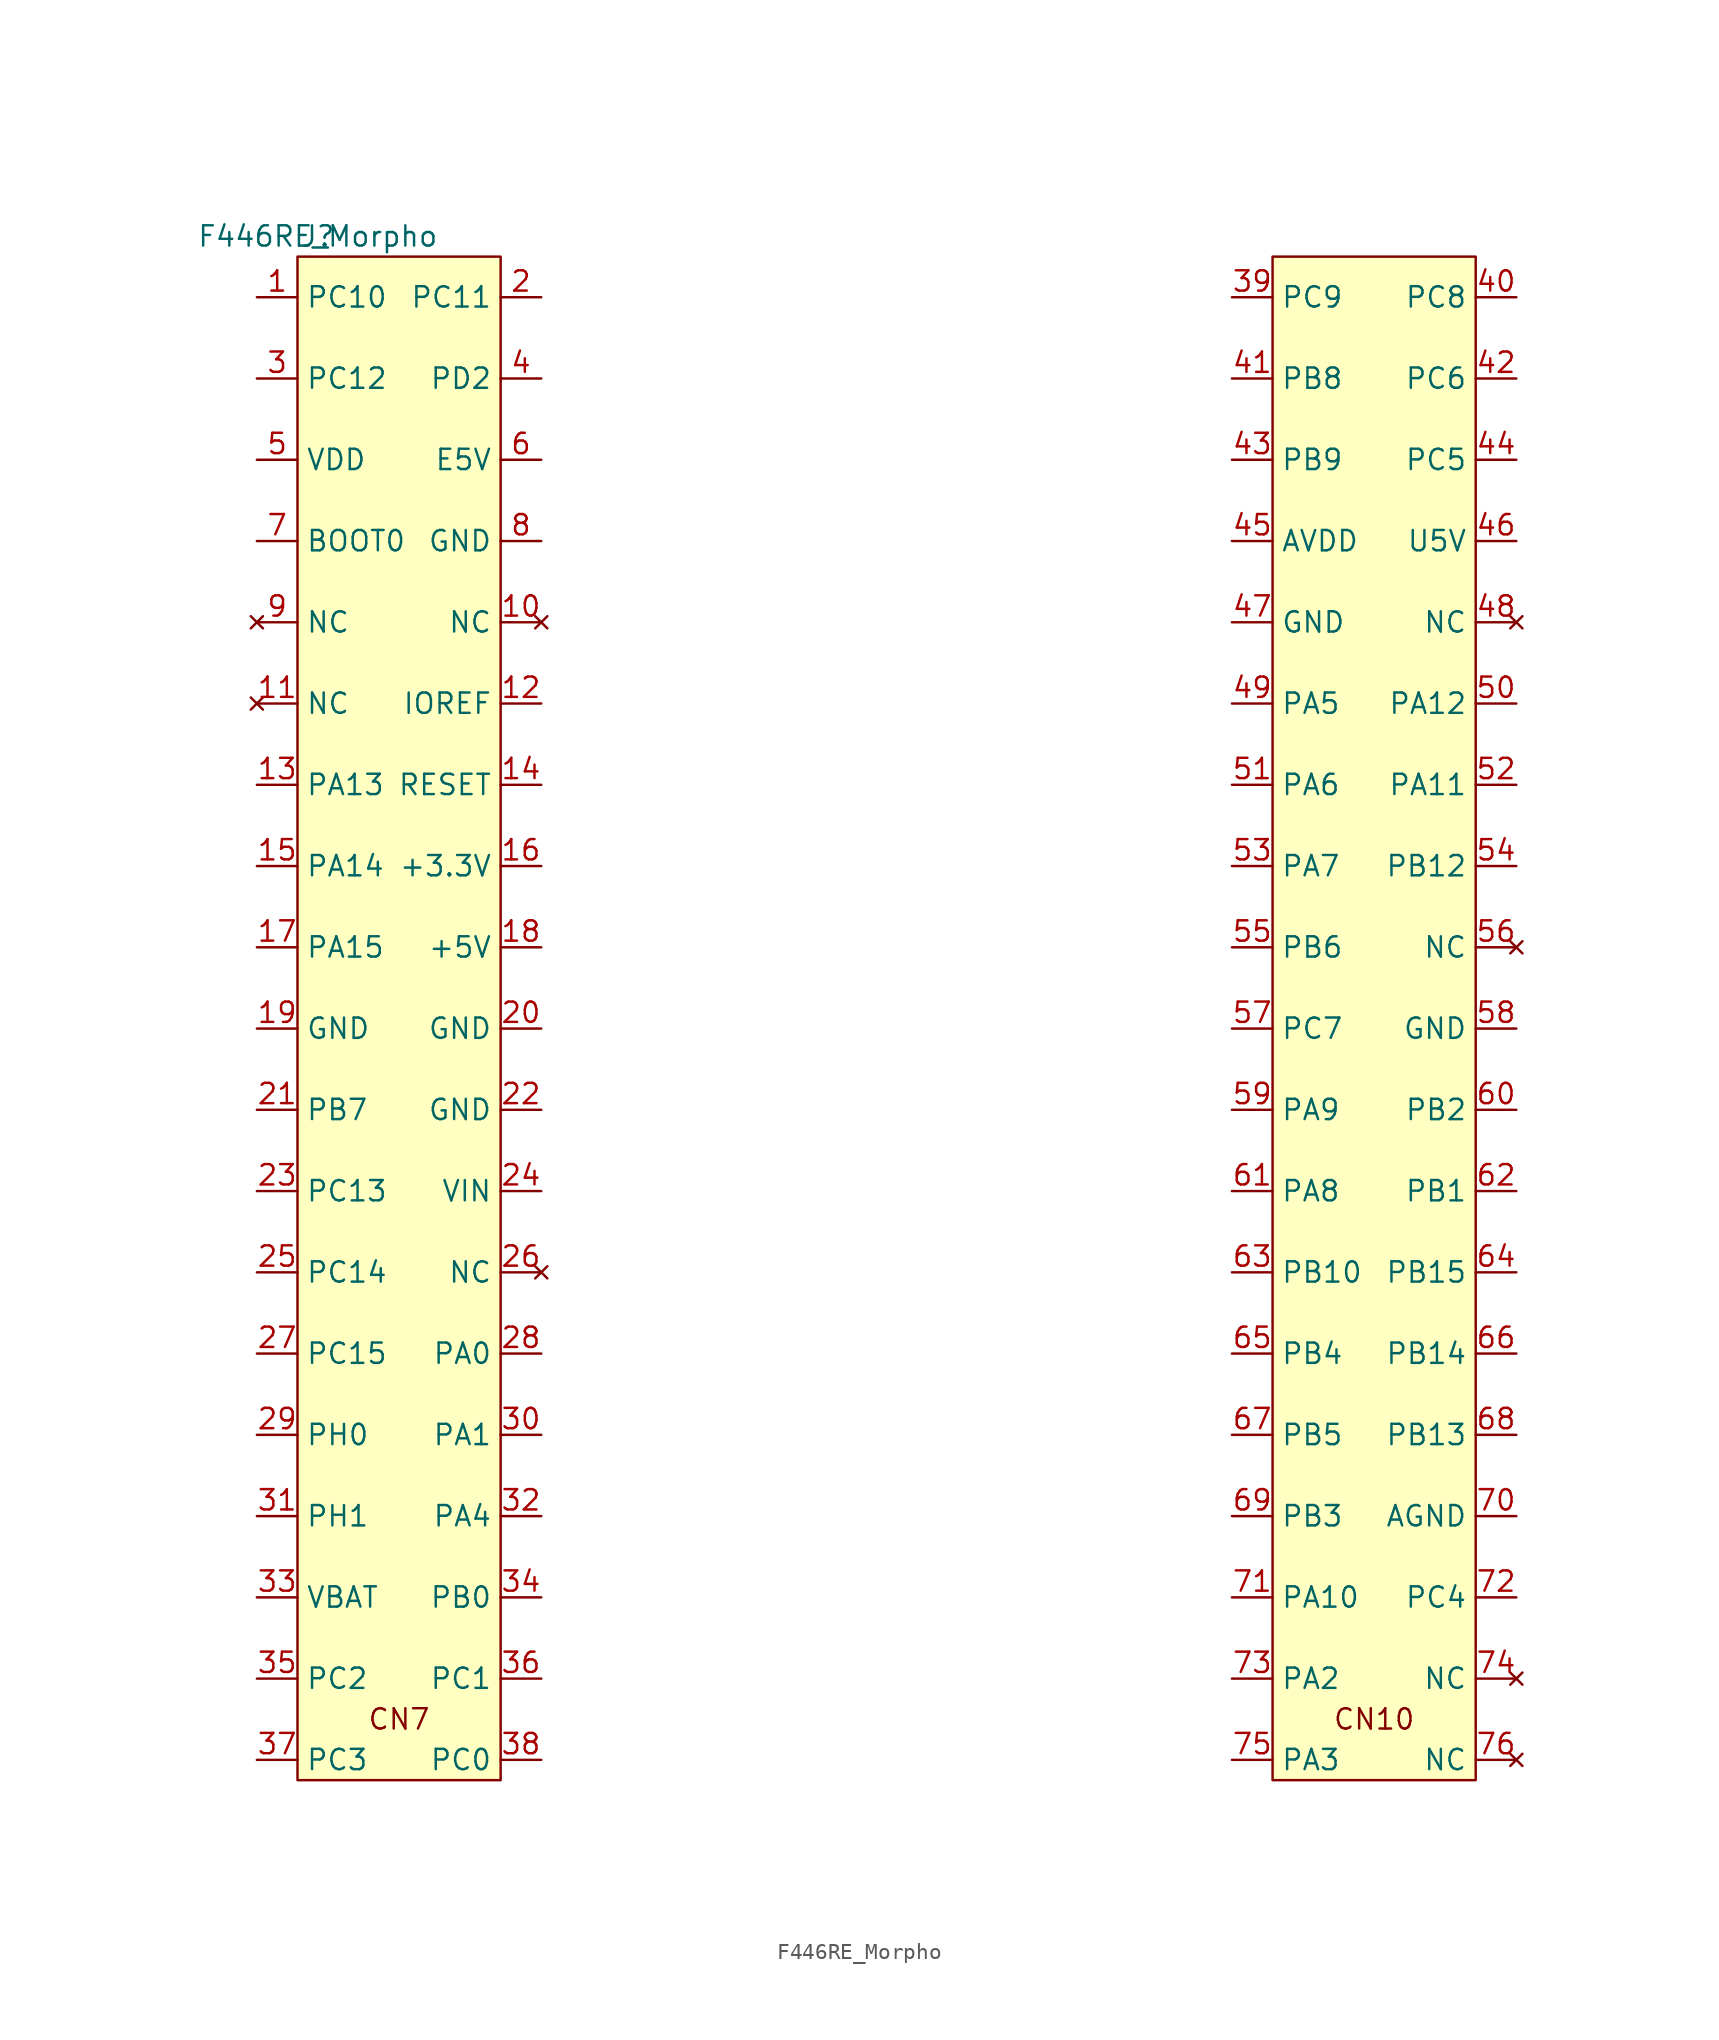
<source format=kicad_sym>
(kicad_symbol_lib
  (version 20231120)
  (generator "kicad_symbol_editor")
  (generator_version "8.0")
  (symbol "F446RE_Morpho"
    (property "Reference" "J"
      (at 0 0 0)
      (effects (font (size 1.27 1.27))))
    (property "Value" "F446RE_Morpho"
      (at 0 0 0)
      (effects (font (size 1.27 1.27))))
    (symbol "F446RE_Morpho_0_0"
      (text "CN10" (at 66.04 -92.71 0) (effects (font (size 1.27 1.27))))
      (text "CN7" (at 5.08 -92.71 0) (effects (font (size 1.27 1.27))))
      (pin no_connect line (at 13.97 -24.13 180) (length 2.54) (name "NC" (effects (font (size 1.27 1.27)))) (number "10" (effects (font (size 1.27 1.27)))))
      (pin no_connect line (at -3.81 -29.21 0) (length 2.54) (name "NC" (effects (font (size 1.27 1.27)))) (number "11" (effects (font (size 1.27 1.27)))))
      (pin input line (at 13.97 -29.21 180) (length 2.54) (name "IOREF" (effects (font (size 1.27 1.27)))) (number "12" (effects (font (size 1.27 1.27)))))
      (pin input line (at -3.81 -34.29 0) (length 2.54) (name "PA13" (effects (font (size 1.27 1.27)))) (number "13" (effects (font (size 1.27 1.27)))))
      (pin input line (at 13.97 -34.29 180) (length 2.54) (name "RESET" (effects (font (size 1.27 1.27)))) (number "14" (effects (font (size 1.27 1.27)))))
      (pin input line (at -3.81 -39.37 0) (length 2.54) (name "PA14" (effects (font (size 1.27 1.27)))) (number "15" (effects (font (size 1.27 1.27)))))
      (pin input line (at 13.97 -39.37 180) (length 2.54) (name "+3.3V" (effects (font (size 1.27 1.27)))) (number "16" (effects (font (size 1.27 1.27)))))
      (pin input line (at -3.81 -44.45 0) (length 2.54) (name "PA15" (effects (font (size 1.27 1.27)))) (number "17" (effects (font (size 1.27 1.27)))))
      (pin input line (at 13.97 -44.45 180) (length 2.54) (name "+5V" (effects (font (size 1.27 1.27)))) (number "18" (effects (font (size 1.27 1.27)))))
      (pin input line (at -3.81 -49.53 0) (length 2.54) (name "GND" (effects (font (size 1.27 1.27)))) (number "19" (effects (font (size 1.27 1.27)))))
      (pin input line (at 13.97 -3.81 180) (length 2.54) (name "PC11" (effects (font (size 1.27 1.27)))) (number "2" (effects (font (size 1.27 1.27)))))
      (pin input line (at 13.97 -49.53 180) (length 2.54) (name "GND" (effects (font (size 1.27 1.27)))) (number "20" (effects (font (size 1.27 1.27)))))
      (pin input line (at -3.81 -54.61 0) (length 2.54) (name "PB7" (effects (font (size 1.27 1.27)))) (number "21" (effects (font (size 1.27 1.27)))))
      (pin input line (at 13.97 -54.61 180) (length 2.54) (name "GND" (effects (font (size 1.27 1.27)))) (number "22" (effects (font (size 1.27 1.27)))))
      (pin input line (at -3.81 -59.69 0) (length 2.54) (name "PC13" (effects (font (size 1.27 1.27)))) (number "23" (effects (font (size 1.27 1.27)))))
      (pin input line (at 13.97 -59.69 180) (length 2.54) (name "VIN" (effects (font (size 1.27 1.27)))) (number "24" (effects (font (size 1.27 1.27)))))
      (pin input line (at -3.81 -64.77 0) (length 2.54) (name "PC14" (effects (font (size 1.27 1.27)))) (number "25" (effects (font (size 1.27 1.27)))))
      (pin no_connect line (at 13.97 -64.77 180) (length 2.54) (name "NC" (effects (font (size 1.27 1.27)))) (number "26" (effects (font (size 1.27 1.27)))))
      (pin input line (at -3.81 -69.85 0) (length 2.54) (name "PC15" (effects (font (size 1.27 1.27)))) (number "27" (effects (font (size 1.27 1.27)))))
      (pin input line (at 13.97 -69.85 180) (length 2.54) (name "PA0" (effects (font (size 1.27 1.27)))) (number "28" (effects (font (size 1.27 1.27)))))
      (pin input line (at -3.81 -74.93 0) (length 2.54) (name "PH0" (effects (font (size 1.27 1.27)))) (number "29" (effects (font (size 1.27 1.27)))))
      (pin input line (at -3.81 -8.89 0) (length 2.54) (name "PC12" (effects (font (size 1.27 1.27)))) (number "3" (effects (font (size 1.27 1.27)))))
      (pin input line (at 13.97 -74.93 180) (length 2.54) (name "PA1" (effects (font (size 1.27 1.27)))) (number "30" (effects (font (size 1.27 1.27)))))
      (pin input line (at -3.81 -80.01 0) (length 2.54) (name "PH1" (effects (font (size 1.27 1.27)))) (number "31" (effects (font (size 1.27 1.27)))))
      (pin input line (at 13.97 -80.01 180) (length 2.54) (name "PA4" (effects (font (size 1.27 1.27)))) (number "32" (effects (font (size 1.27 1.27)))))
      (pin input line (at -3.81 -85.09 0) (length 2.54) (name "VBAT" (effects (font (size 1.27 1.27)))) (number "33" (effects (font (size 1.27 1.27)))))
      (pin input line (at 13.97 -85.09 180) (length 2.54) (name "PB0" (effects (font (size 1.27 1.27)))) (number "34" (effects (font (size 1.27 1.27)))))
      (pin input line (at -3.81 -90.17 0) (length 2.54) (name "PC2" (effects (font (size 1.27 1.27)))) (number "35" (effects (font (size 1.27 1.27)))))
      (pin input line (at 13.97 -90.17 180) (length 2.54) (name "PC1" (effects (font (size 1.27 1.27)))) (number "36" (effects (font (size 1.27 1.27)))))
      (pin input line (at -3.81 -95.25 0) (length 2.54) (name "PC3" (effects (font (size 1.27 1.27)))) (number "37" (effects (font (size 1.27 1.27)))))
      (pin input line (at 13.97 -95.25 180) (length 2.54) (name "PC0" (effects (font (size 1.27 1.27)))) (number "38" (effects (font (size 1.27 1.27)))))
      (pin input line (at 13.97 -8.89 180) (length 2.54) (name "PD2" (effects (font (size 1.27 1.27)))) (number "4" (effects (font (size 1.27 1.27)))))
      (pin input line (at 74.93 -3.81 180) (length 2.54) (name "PC8" (effects (font (size 1.27 1.27)))) (number "40" (effects (font (size 1.27 1.27)))))
      (pin input line (at 57.15 -8.89 0) (length 2.54) (name "PB8" (effects (font (size 1.27 1.27)))) (number "41" (effects (font (size 1.27 1.27)))))
      (pin input line (at 74.93 -8.89 180) (length 2.54) (name "PC6" (effects (font (size 1.27 1.27)))) (number "42" (effects (font (size 1.27 1.27)))))
      (pin input line (at 57.15 -13.97 0) (length 2.54) (name "PB9" (effects (font (size 1.27 1.27)))) (number "43" (effects (font (size 1.27 1.27)))))
      (pin input line (at 74.93 -13.97 180) (length 2.54) (name "PC5" (effects (font (size 1.27 1.27)))) (number "44" (effects (font (size 1.27 1.27)))))
      (pin input line (at 57.15 -19.05 0) (length 2.54) (name "AVDD" (effects (font (size 1.27 1.27)))) (number "45" (effects (font (size 1.27 1.27)))))
      (pin input line (at 74.93 -19.05 180) (length 2.54) (name "U5V" (effects (font (size 1.27 1.27)))) (number "46" (effects (font (size 1.27 1.27)))))
      (pin input line (at 57.15 -24.13 0) (length 2.54) (name "GND" (effects (font (size 1.27 1.27)))) (number "47" (effects (font (size 1.27 1.27)))))
      (pin no_connect line (at 74.93 -24.13 180) (length 2.54) (name "NC" (effects (font (size 1.27 1.27)))) (number "48" (effects (font (size 1.27 1.27)))))
      (pin input line (at 57.15 -29.21 0) (length 2.54) (name "PA5" (effects (font (size 1.27 1.27)))) (number "49" (effects (font (size 1.27 1.27)))))
      (pin input line (at -3.81 -13.97 0) (length 2.54) (name "VDD" (effects (font (size 1.27 1.27)))) (number "5" (effects (font (size 1.27 1.27)))))
      (pin input line (at 74.93 -29.21 180) (length 2.54) (name "PA12" (effects (font (size 1.27 1.27)))) (number "50" (effects (font (size 1.27 1.27)))))
      (pin input line (at 57.15 -34.29 0) (length 2.54) (name "PA6" (effects (font (size 1.27 1.27)))) (number "51" (effects (font (size 1.27 1.27)))))
      (pin input line (at 74.93 -34.29 180) (length 2.54) (name "PA11" (effects (font (size 1.27 1.27)))) (number "52" (effects (font (size 1.27 1.27)))))
      (pin input line (at 57.15 -39.37 0) (length 2.54) (name "PA7" (effects (font (size 1.27 1.27)))) (number "53" (effects (font (size 1.27 1.27)))))
      (pin input line (at 74.93 -39.37 180) (length 2.54) (name "PB12" (effects (font (size 1.27 1.27)))) (number "54" (effects (font (size 1.27 1.27)))))
      (pin input line (at 57.15 -44.45 0) (length 2.54) (name "PB6" (effects (font (size 1.27 1.27)))) (number "55" (effects (font (size 1.27 1.27)))))
      (pin no_connect line (at 74.93 -44.45 180) (length 2.54) (name "NC" (effects (font (size 1.27 1.27)))) (number "56" (effects (font (size 1.27 1.27)))))
      (pin input line (at 57.15 -49.53 0) (length 2.54) (name "PC7" (effects (font (size 1.27 1.27)))) (number "57" (effects (font (size 1.27 1.27)))))
      (pin input line (at 74.93 -49.53 180) (length 2.54) (name "GND" (effects (font (size 1.27 1.27)))) (number "58" (effects (font (size 1.27 1.27)))))
      (pin input line (at 57.15 -54.61 0) (length 2.54) (name "PA9" (effects (font (size 1.27 1.27)))) (number "59" (effects (font (size 1.27 1.27)))))
      (pin input line (at 13.97 -13.97 180) (length 2.54) (name "E5V" (effects (font (size 1.27 1.27)))) (number "6" (effects (font (size 1.27 1.27)))))
      (pin input line (at 74.93 -54.61 180) (length 2.54) (name "PB2" (effects (font (size 1.27 1.27)))) (number "60" (effects (font (size 1.27 1.27)))))
      (pin input line (at 57.15 -59.69 0) (length 2.54) (name "PA8" (effects (font (size 1.27 1.27)))) (number "61" (effects (font (size 1.27 1.27)))))
      (pin input line (at 74.93 -59.69 180) (length 2.54) (name "PB1" (effects (font (size 1.27 1.27)))) (number "62" (effects (font (size 1.27 1.27)))))
      (pin input line (at 57.15 -64.77 0) (length 2.54) (name "PB10" (effects (font (size 1.27 1.27)))) (number "63" (effects (font (size 1.27 1.27)))))
      (pin input line (at 74.93 -64.77 180) (length 2.54) (name "PB15" (effects (font (size 1.27 1.27)))) (number "64" (effects (font (size 1.27 1.27)))))
      (pin input line (at 57.15 -69.85 0) (length 2.54) (name "PB4" (effects (font (size 1.27 1.27)))) (number "65" (effects (font (size 1.27 1.27)))))
      (pin input line (at 74.93 -69.85 180) (length 2.54) (name "PB14" (effects (font (size 1.27 1.27)))) (number "66" (effects (font (size 1.27 1.27)))))
      (pin input line (at 57.15 -74.93 0) (length 2.54) (name "PB5" (effects (font (size 1.27 1.27)))) (number "67" (effects (font (size 1.27 1.27)))))
      (pin input line (at 74.93 -74.93 180) (length 2.54) (name "PB13" (effects (font (size 1.27 1.27)))) (number "68" (effects (font (size 1.27 1.27)))))
      (pin input line (at 57.15 -80.01 0) (length 2.54) (name "PB3" (effects (font (size 1.27 1.27)))) (number "69" (effects (font (size 1.27 1.27)))))
      (pin input line (at -3.81 -19.05 0) (length 2.54) (name "BOOT0" (effects (font (size 1.27 1.27)))) (number "7" (effects (font (size 1.27 1.27)))))
      (pin input line (at 74.93 -80.01 180) (length 2.54) (name "AGND" (effects (font (size 1.27 1.27)))) (number "70" (effects (font (size 1.27 1.27)))))
      (pin input line (at 57.15 -85.09 0) (length 2.54) (name "PA10" (effects (font (size 1.27 1.27)))) (number "71" (effects (font (size 1.27 1.27)))))
      (pin input line (at 74.93 -85.09 180) (length 2.54) (name "PC4" (effects (font (size 1.27 1.27)))) (number "72" (effects (font (size 1.27 1.27)))))
      (pin input line (at 57.15 -90.17 0) (length 2.54) (name "PA2" (effects (font (size 1.27 1.27)))) (number "73" (effects (font (size 1.27 1.27)))))
      (pin no_connect line (at 74.93 -90.17 180) (length 2.54) (name "NC" (effects (font (size 1.27 1.27)))) (number "74" (effects (font (size 1.27 1.27)))))
      (pin input line (at 57.15 -95.25 0) (length 2.54) (name "PA3" (effects (font (size 1.27 1.27)))) (number "75" (effects (font (size 1.27 1.27)))))
      (pin no_connect line (at 74.93 -95.25 180) (length 2.54) (name "NC" (effects (font (size 1.27 1.27)))) (number "76" (effects (font (size 1.27 1.27)))))
      (pin input line (at 13.97 -19.05 180) (length 2.54) (name "GND" (effects (font (size 1.27 1.27)))) (number "8" (effects (font (size 1.27 1.27)))))
      (pin no_connect line (at -3.81 -24.13 0) (length 2.54) (name "NC" (effects (font (size 1.27 1.27)))) (number "9" (effects (font (size 1.27 1.27))))))
    (symbol "F446RE_Morpho_0_1"
      (rectangle (start -1.27 -96.52) (end 11.43 -1.27) (stroke (width 0) (type default)) (fill (type background)))
      (rectangle (start 59.69 -1.27) (end 72.39 -96.52) (stroke (width 0) (type default)) (fill (type background))))
    (symbol "F446RE_Morpho_1_1"
      (pin input line (at -3.81 -3.81 0) (length 2.54) (name "PC10" (effects (font (size 1.27 1.27)))) (number "1" (effects (font (size 1.27 1.27)))))
      (pin input line (at 57.15 -3.81 0) (length 2.54) (name "PC9" (effects (font (size 1.27 1.27)))) (number "39" (effects (font (size 1.27 1.27))))))))
</source>
